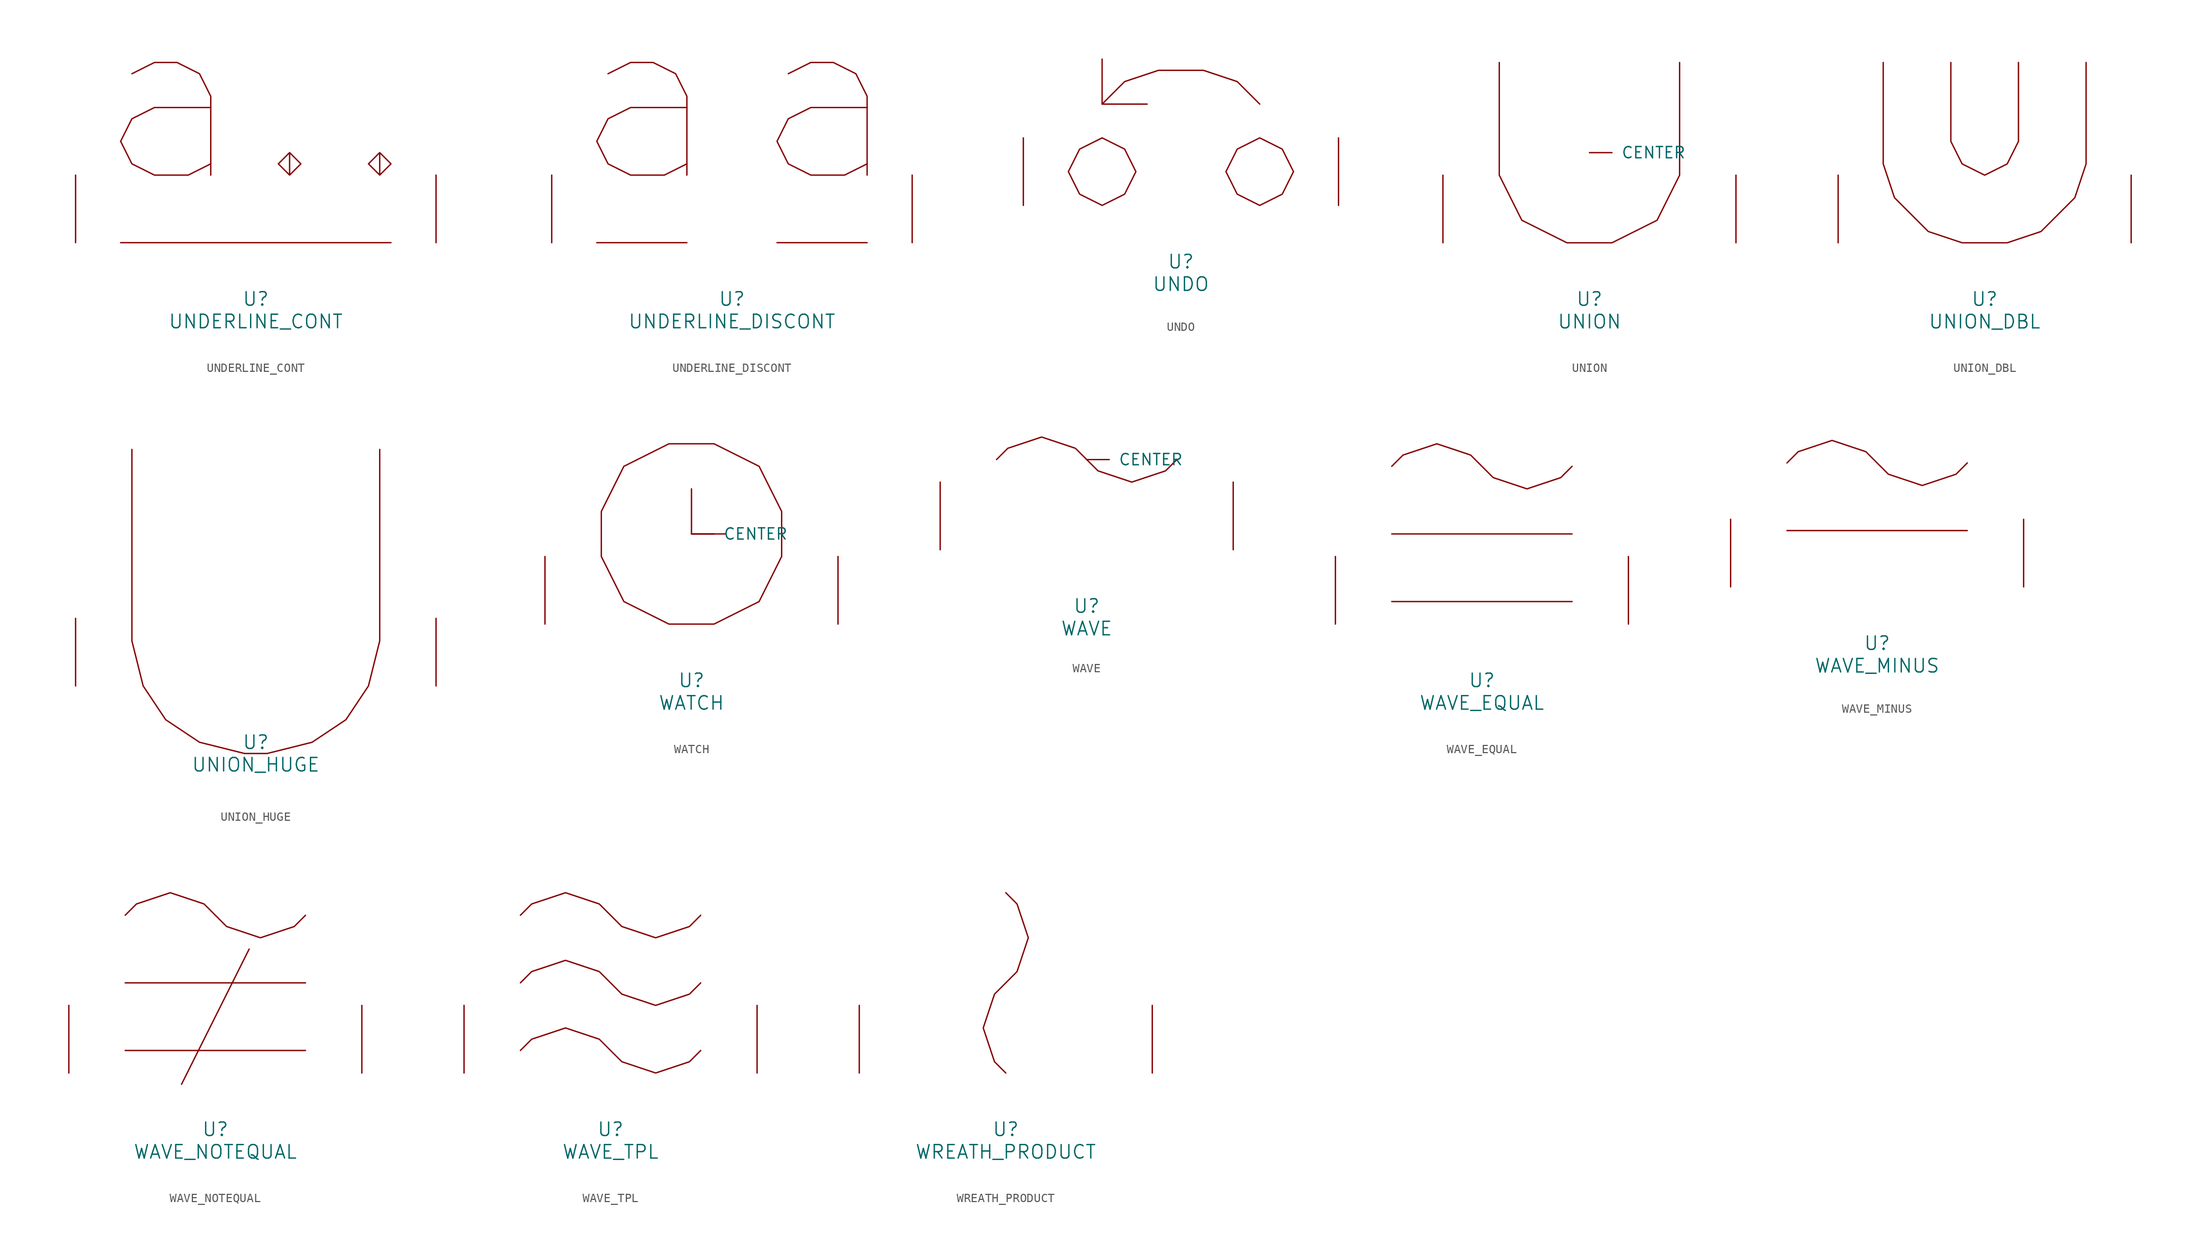
<source format=kicad_sym>
(kicad_symbol_lib
  (version 20220914)
  (generator font_lib2sym)
  (symbol "UNDERLINE_CONT"
    (pin_names
      (offset 1.016))
    (property "Reference" "U"
      (at 0 -6.35 0)
      (effects (font (size 1.524 1.524))))
    (property "Value" "UNDERLINE_CONT"
      (at 0 -8.89 0)
      (effects (font (size 1.524 1.524))))
    (symbol "UNDERLINE_CONT_0_1"
      (polyline (pts (xy -15.24 0) (xy 15.24 0)) (stroke (width 0) (type solid)) (fill (type none)))
      (polyline (pts (xy -13.97 19.05) (xy -11.43 20.32) (xy -8.89 20.32) (xy -6.35 19.05) (xy -5.08 16.51) (xy -5.08 7.62)) (stroke (width 0) (type solid)) (fill (type none)))
      (polyline (pts (xy 3.81 10.16) (xy 5.08 8.89) (xy 3.81 7.62) (xy 2.54 8.89) (xy 3.81 10.16) (xy 3.81 7.62)) (stroke (width 0) (type solid)) (fill (type none)))
      (polyline (pts (xy 13.97 10.16) (xy 15.24 8.89) (xy 13.97 7.62) (xy 12.7 8.89) (xy 13.97 10.16) (xy 13.97 7.62)) (stroke (width 0) (type solid)) (fill (type none)))
      (polyline (pts (xy -5.08 8.89) (xy -7.62 7.62) (xy -11.43 7.62) (xy -13.97 8.89) (xy -15.24 11.43) (xy -13.97 13.97) (xy -11.43 15.24) (xy -5.08 15.24)) (stroke (width 0) (type solid)) (fill (type none)))
      (pin input line (at -20.32 0 90) (length 7.62) (name "~" (effects (font (size 1.27 1.27)))) (number "~" (effects (font (size 1.27 1.27)))))
      (pin input line (at 20.32 0 90) (length 7.62) (name "~" (effects (font (size 1.27 1.27)))) (number "~" (effects (font (size 1.27 1.27)))))))
  (symbol "UNDERLINE_DISCONT"
    (pin_names
      (offset 1.016))
    (property "Reference" "U"
      (at 0 -6.35 0)
      (effects (font (size 1.524 1.524))))
    (property "Value" "UNDERLINE_DISCONT"
      (at 0 -8.89 0)
      (effects (font (size 1.524 1.524))))
    (symbol "UNDERLINE_DISCONT_0_1"
      (polyline (pts (xy -15.24 0) (xy -5.08 0)) (stroke (width 0) (type solid)) (fill (type none)))
      (polyline (pts (xy 5.08 0) (xy 15.24 0)) (stroke (width 0) (type solid)) (fill (type none)))
      (polyline (pts (xy -13.97 19.05) (xy -11.43 20.32) (xy -8.89 20.32) (xy -6.35 19.05) (xy -5.08 16.51) (xy -5.08 7.62)) (stroke (width 0) (type solid)) (fill (type none)))
      (polyline (pts (xy 6.35 19.05) (xy 8.89 20.32) (xy 11.43 20.32) (xy 13.97 19.05) (xy 15.24 16.51) (xy 15.24 7.62)) (stroke (width 0) (type solid)) (fill (type none)))
      (polyline (pts (xy -5.08 8.89) (xy -7.62 7.62) (xy -11.43 7.62) (xy -13.97 8.89) (xy -15.24 11.43) (xy -13.97 13.97) (xy -11.43 15.24) (xy -5.08 15.24)) (stroke (width 0) (type solid)) (fill (type none)))
      (polyline (pts (xy 15.24 8.89) (xy 12.7 7.62) (xy 8.89 7.62) (xy 6.35 8.89) (xy 5.08 11.43) (xy 6.35 13.97) (xy 8.89 15.24) (xy 15.24 15.24)) (stroke (width 0) (type solid)) (fill (type none)))
      (pin input line (at -20.32 0 90) (length 7.62) (name "~" (effects (font (size 1.27 1.27)))) (number "~" (effects (font (size 1.27 1.27)))))
      (pin input line (at 20.32 0 90) (length 7.62) (name "~" (effects (font (size 1.27 1.27)))) (number "~" (effects (font (size 1.27 1.27)))))))
  (symbol "UNDO"
    (pin_names
      (offset 1.016))
    (property "Reference" "U"
      (at 0 -6.35 0)
      (effects (font (size 1.524 1.524))))
    (property "Value" "UNDO"
      (at 0 -8.89 0)
      (effects (font (size 1.524 1.524))))
    (symbol "UNDO_0_1"
      (polyline (pts (xy -8.89 16.51) (xy -8.89 11.43) (xy -3.81 11.43)) (stroke (width 0) (type solid)) (fill (type none)))
      (polyline (pts (xy 8.89 11.43) (xy 6.35 13.97) (xy 2.54 15.24) (xy -2.54 15.24) (xy -6.35 13.97) (xy -8.89 11.43)) (stroke (width 0) (type solid)) (fill (type none)))
      (polyline (pts (xy -5.08 3.81) (xy -6.35 6.35) (xy -8.89 7.62) (xy -11.43 6.35) (xy -12.7 3.81) (xy -11.43 1.27) (xy -8.89 0) (xy -6.35 1.27) (xy -5.08 3.81)) (stroke (width 0) (type solid)) (fill (type none)))
      (polyline (pts (xy 5.08 3.81) (xy 6.35 1.27) (xy 8.89 0) (xy 11.43 1.27) (xy 12.7 3.81) (xy 11.43 6.35) (xy 8.89 7.62) (xy 6.35 6.35) (xy 5.08 3.81)) (stroke (width 0) (type solid)) (fill (type none)))
      (pin input line (at -17.78 0 90) (length 7.62) (name "~" (effects (font (size 1.27 1.27)))) (number "~" (effects (font (size 1.27 1.27)))))
      (pin input line (at 17.78 0 90) (length 7.62) (name "~" (effects (font (size 1.27 1.27)))) (number "~" (effects (font (size 1.27 1.27)))))))
  (symbol "UNION"
    (pin_names
      (offset 1.016))
    (property "Reference" "U"
      (at 0 -6.35 0)
      (effects (font (size 1.524 1.524))))
    (property "Value" "UNION"
      (at 0 -8.89 0)
      (effects (font (size 1.524 1.524))))
    (symbol "UNION_0_1"
      (polyline (pts (xy -10.16 20.32) (xy -10.16 7.62) (xy -7.62 2.54) (xy -2.54 0) (xy 2.54 0) (xy 7.62 2.54) (xy 10.16 7.62) (xy 10.16 20.32)) (stroke (width 0) (type solid)) (fill (type none)))
      (pin input line (at 0 10.16 0) (length 2.54) (name "CENTER" (effects (font (size 1.27 1.27)))) (number "~" (effects (font (size 1.27 1.27)))))
      (pin input line (at -16.51 0 90) (length 7.62) (name "~" (effects (font (size 1.27 1.27)))) (number "~" (effects (font (size 1.27 1.27)))))
      (pin input line (at 16.51 0 90) (length 7.62) (name "~" (effects (font (size 1.27 1.27)))) (number "~" (effects (font (size 1.27 1.27)))))))
  (symbol "UNION_DBL"
    (pin_names
      (offset 1.016))
    (property "Reference" "U"
      (at 0 -6.35 0)
      (effects (font (size 1.524 1.524))))
    (property "Value" "UNION_DBL"
      (at 0 -8.89 0)
      (effects (font (size 1.524 1.524))))
    (symbol "UNION_DBL_0_1"
      (polyline (pts (xy -3.81 20.32) (xy -3.81 11.43) (xy -2.54 8.89) (xy 0 7.62) (xy 2.54 8.89) (xy 3.81 11.43) (xy 3.81 20.32)) (stroke (width 0) (type solid)) (fill (type none)))
      (polyline (pts (xy -11.43 20.32) (xy -11.43 8.89) (xy -10.16 5.08) (xy -6.35 1.27) (xy -2.54 0) (xy 2.54 0) (xy 6.35 1.27) (xy 10.16 5.08) (xy 11.43 8.89) (xy 11.43 20.32)) (stroke (width 0) (type solid)) (fill (type none)))
      (pin input line (at -16.51 0 90) (length 7.62) (name "~" (effects (font (size 1.27 1.27)))) (number "~" (effects (font (size 1.27 1.27)))))
      (pin input line (at 16.51 0 90) (length 7.62) (name "~" (effects (font (size 1.27 1.27)))) (number "~" (effects (font (size 1.27 1.27)))))))
  (symbol "UNION_HUGE"
    (pin_names
      (offset 1.016))
    (property "Reference" "U"
      (at 0 -6.35 0)
      (effects (font (size 1.524 1.524))))
    (property "Value" "UNION_HUGE"
      (at 0 -8.89 0)
      (effects (font (size 1.524 1.524))))
    (symbol "UNION_HUGE_0_1"
      (polyline (pts (xy -13.97 26.67) (xy -13.97 5.08) (xy -12.7 0) (xy -10.16 -3.81) (xy -6.35 -6.35) (xy -1.27 -7.62) (xy 1.27 -7.62) (xy 6.35 -6.35) (xy 10.16 -3.81) (xy 12.7 0) (xy 13.97 5.08) (xy 13.97 26.67)) (stroke (width 0) (type solid)) (fill (type none)))
      (pin input line (at -20.32 0 90) (length 7.62) (name "~" (effects (font (size 1.27 1.27)))) (number "~" (effects (font (size 1.27 1.27)))))
      (pin input line (at 20.32 0 90) (length 7.62) (name "~" (effects (font (size 1.27 1.27)))) (number "~" (effects (font (size 1.27 1.27)))))))
  (symbol "WATCH"
    (pin_names
      (offset 1.016))
    (property "Reference" "U"
      (at 0 -6.35 0)
      (effects (font (size 1.524 1.524))))
    (property "Value" "WATCH"
      (at 0 -8.89 0)
      (effects (font (size 1.524 1.524))))
    (symbol "WATCH_0_1"
      (polyline (pts (xy 0 15.24) (xy 0 10.16) (xy 3.81 10.16)) (stroke (width 0) (type solid)) (fill (type none)))
      (polyline (pts (xy -2.54 20.32) (xy 2.54 20.32) (xy 7.62 17.78) (xy 10.16 12.7) (xy 10.16 7.62) (xy 7.62 2.54) (xy 2.54 0) (xy -2.54 0) (xy -7.62 2.54) (xy -10.16 7.62) (xy -10.16 12.7) (xy -7.62 17.78) (xy -2.54 20.32)) (stroke (width 0) (type solid)) (fill (type none)))
      (pin input line (at 0 10.16 0) (length 2.54) (name "CENTER" (effects (font (size 1.27 1.27)))) (number "~" (effects (font (size 1.27 1.27)))))
      (pin input line (at -16.51 0 90) (length 7.62) (name "~" (effects (font (size 1.27 1.27)))) (number "~" (effects (font (size 1.27 1.27)))))
      (pin input line (at 16.51 0 90) (length 7.62) (name "~" (effects (font (size 1.27 1.27)))) (number "~" (effects (font (size 1.27 1.27)))))))
  (symbol "WAVE"
    (pin_names
      (offset 1.016))
    (property "Reference" "U"
      (at 0 -6.35 0)
      (effects (font (size 1.524 1.524))))
    (property "Value" "WAVE"
      (at 0 -8.89 0)
      (effects (font (size 1.524 1.524))))
    (symbol "WAVE_0_1"
      (polyline (pts (xy -10.16 10.16) (xy -8.89 11.43) (xy -5.08 12.7) (xy -1.27 11.43) (xy 1.27 8.89) (xy 5.08 7.62) (xy 8.89 8.89) (xy 10.16 10.16)) (stroke (width 0) (type solid)) (fill (type none)))
      (pin input line (at 0 10.16 0) (length 2.54) (name "CENTER" (effects (font (size 1.27 1.27)))) (number "~" (effects (font (size 1.27 1.27)))))
      (pin input line (at -16.51 0 90) (length 7.62) (name "~" (effects (font (size 1.27 1.27)))) (number "~" (effects (font (size 1.27 1.27)))))
      (pin input line (at 16.51 0 90) (length 7.62) (name "~" (effects (font (size 1.27 1.27)))) (number "~" (effects (font (size 1.27 1.27)))))))
  (symbol "WAVE_EQUAL"
    (pin_names
      (offset 1.016))
    (property "Reference" "U"
      (at 0 -6.35 0)
      (effects (font (size 1.524 1.524))))
    (property "Value" "WAVE_EQUAL"
      (at 0 -8.89 0)
      (effects (font (size 1.524 1.524))))
    (symbol "WAVE_EQUAL_0_1"
      (polyline (pts (xy -10.16 2.54) (xy 10.16 2.54)) (stroke (width 0) (type solid)) (fill (type none)))
      (polyline (pts (xy -10.16 10.16) (xy 10.16 10.16)) (stroke (width 0) (type solid)) (fill (type none)))
      (polyline (pts (xy -10.16 17.78) (xy -8.89 19.05) (xy -5.08 20.32) (xy -1.27 19.05) (xy 1.27 16.51) (xy 5.08 15.24) (xy 8.89 16.51) (xy 10.16 17.78)) (stroke (width 0) (type solid)) (fill (type none)))
      (pin input line (at -16.51 0 90) (length 7.62) (name "~" (effects (font (size 1.27 1.27)))) (number "~" (effects (font (size 1.27 1.27)))))
      (pin input line (at 16.51 0 90) (length 7.62) (name "~" (effects (font (size 1.27 1.27)))) (number "~" (effects (font (size 1.27 1.27)))))))
  (symbol "WAVE_MINUS"
    (pin_names
      (offset 1.016))
    (property "Reference" "U"
      (at 0 -6.35 0)
      (effects (font (size 1.524 1.524))))
    (property "Value" "WAVE_MINUS"
      (at 0 -8.89 0)
      (effects (font (size 1.524 1.524))))
    (symbol "WAVE_MINUS_0_1"
      (polyline (pts (xy -10.16 6.35) (xy 10.16 6.35)) (stroke (width 0) (type solid)) (fill (type none)))
      (polyline (pts (xy -10.16 13.97) (xy -8.89 15.24) (xy -5.08 16.51) (xy -1.27 15.24) (xy 1.27 12.7) (xy 5.08 11.43) (xy 8.89 12.7) (xy 10.16 13.97)) (stroke (width 0) (type solid)) (fill (type none)))
      (pin input line (at -16.51 0 90) (length 7.62) (name "~" (effects (font (size 1.27 1.27)))) (number "~" (effects (font (size 1.27 1.27)))))
      (pin input line (at 16.51 0 90) (length 7.62) (name "~" (effects (font (size 1.27 1.27)))) (number "~" (effects (font (size 1.27 1.27)))))))
  (symbol "WAVE_NOTEQUAL"
    (pin_names
      (offset 1.016))
    (property "Reference" "U"
      (at 0 -6.35 0)
      (effects (font (size 1.524 1.524))))
    (property "Value" "WAVE_NOTEQUAL"
      (at 0 -8.89 0)
      (effects (font (size 1.524 1.524))))
    (symbol "WAVE_NOTEQUAL_0_1"
      (polyline (pts (xy -10.16 2.54) (xy 10.16 2.54)) (stroke (width 0) (type solid)) (fill (type none)))
      (polyline (pts (xy -10.16 10.16) (xy 10.16 10.16)) (stroke (width 0) (type solid)) (fill (type none)))
      (polyline (pts (xy 3.81 13.97) (xy -3.81 -1.27)) (stroke (width 0) (type solid)) (fill (type none)))
      (polyline (pts (xy -10.16 17.78) (xy -8.89 19.05) (xy -5.08 20.32) (xy -1.27 19.05) (xy 1.27 16.51) (xy 5.08 15.24) (xy 8.89 16.51) (xy 10.16 17.78)) (stroke (width 0) (type solid)) (fill (type none)))
      (pin input line (at -16.51 0 90) (length 7.62) (name "~" (effects (font (size 1.27 1.27)))) (number "~" (effects (font (size 1.27 1.27)))))
      (pin input line (at 16.51 0 90) (length 7.62) (name "~" (effects (font (size 1.27 1.27)))) (number "~" (effects (font (size 1.27 1.27)))))))
  (symbol "WAVE_TPL"
    (pin_names
      (offset 1.016))
    (property "Reference" "U"
      (at 0 -6.35 0)
      (effects (font (size 1.524 1.524))))
    (property "Value" "WAVE_TPL"
      (at 0 -8.89 0)
      (effects (font (size 1.524 1.524))))
    (symbol "WAVE_TPL_0_1"
      (polyline (pts (xy -10.16 2.54) (xy -8.89 3.81) (xy -5.08 5.08) (xy -1.27 3.81) (xy 1.27 1.27) (xy 5.08 0) (xy 8.89 1.27) (xy 10.16 2.54)) (stroke (width 0) (type solid)) (fill (type none)))
      (polyline (pts (xy -10.16 10.16) (xy -8.89 11.43) (xy -5.08 12.7) (xy -1.27 11.43) (xy 1.27 8.89) (xy 5.08 7.62) (xy 8.89 8.89) (xy 10.16 10.16)) (stroke (width 0) (type solid)) (fill (type none)))
      (polyline (pts (xy -10.16 17.78) (xy -8.89 19.05) (xy -5.08 20.32) (xy -1.27 19.05) (xy 1.27 16.51) (xy 5.08 15.24) (xy 8.89 16.51) (xy 10.16 17.78)) (stroke (width 0) (type solid)) (fill (type none)))
      (pin input line (at -16.51 0 90) (length 7.62) (name "~" (effects (font (size 1.27 1.27)))) (number "~" (effects (font (size 1.27 1.27)))))
      (pin input line (at 16.51 0 90) (length 7.62) (name "~" (effects (font (size 1.27 1.27)))) (number "~" (effects (font (size 1.27 1.27)))))))
  (symbol "WREATH_PRODUCT"
    (pin_names
      (offset 1.016))
    (property "Reference" "U"
      (at 0 -6.35 0)
      (effects (font (size 1.524 1.524))))
    (property "Value" "WREATH_PRODUCT"
      (at 0 -8.89 0)
      (effects (font (size 1.524 1.524))))
    (symbol "WREATH_PRODUCT_0_1"
      (polyline (pts (xy 0 20.32) (xy 1.27 19.05) (xy 2.54 15.24) (xy 1.27 11.43) (xy -1.27 8.89) (xy -2.54 5.08) (xy -1.27 1.27) (xy 0 0)) (stroke (width 0) (type solid)) (fill (type none)))
      (pin input line (at -16.51 0 90) (length 7.62) (name "~" (effects (font (size 1.27 1.27)))) (number "~" (effects (font (size 1.27 1.27)))))
      (pin input line (at 16.51 0 90) (length 7.62) (name "~" (effects (font (size 1.27 1.27)))) (number "~" (effects (font (size 1.27 1.27))))))))
</source>
